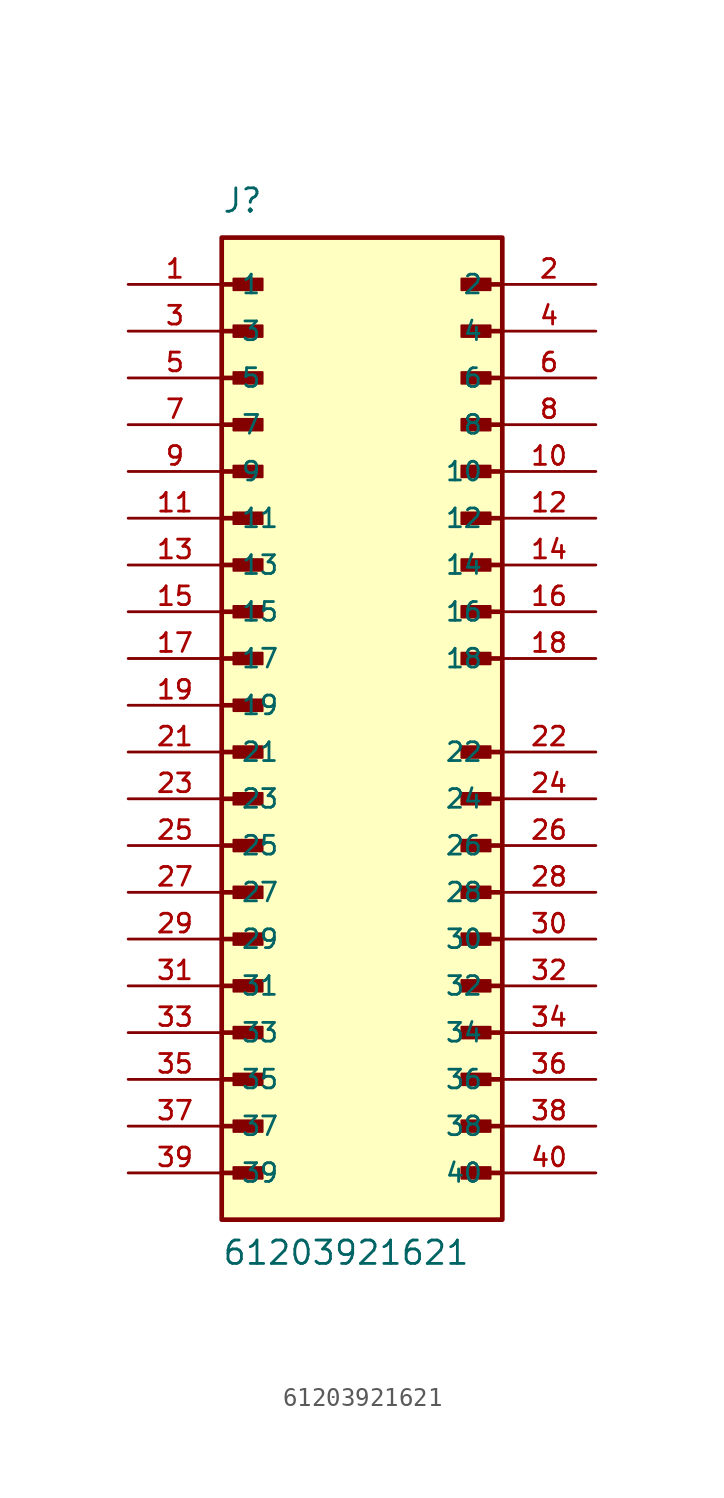
<source format=kicad_sym>
(kicad_symbol_lib
  (version 20211014)
  (generator kicad_symbol_editor)
  (symbol "61203921621"
    (pin_names
      (offset 1.016))
    (property "Reference" "J"
      (at -7.62 26.67 0)
      (effects (font (size 1.27 1.27)) (justify bottom left)))
    (property "Value" "61203921621"
      (at -7.62 -30.48 0)
      (effects (font (size 1.27 1.27)) (justify bottom left)))
    (symbol "61203921621_0_0"
      (polyline (pts (xy -7.62 22.86) (xy -5.715 22.86)) (stroke (width 0.254)))
      (rectangle (start -6.985 22.543) (end -5.397 23.177) (stroke (width 0.1)) (fill (type outline)))
      (polyline (pts (xy -7.62 20.32) (xy -5.715 20.32)) (stroke (width 0.254)))
      (rectangle (start -6.985 20.003) (end -5.397 20.637) (stroke (width 0.1)) (fill (type outline)))
      (polyline (pts (xy -7.62 17.78) (xy -5.715 17.78)) (stroke (width 0.254)))
      (rectangle (start -6.985 17.462) (end -5.397 18.098) (stroke (width 0.1)) (fill (type outline)))
      (polyline (pts (xy -7.62 15.24) (xy -5.715 15.24)) (stroke (width 0.254)))
      (rectangle (start -6.985 14.922) (end -5.397 15.557) (stroke (width 0.1)) (fill (type outline)))
      (polyline (pts (xy -7.62 12.7) (xy -5.715 12.7)) (stroke (width 0.254)))
      (rectangle (start -6.985 12.383) (end -5.397 13.018) (stroke (width 0.1)) (fill (type outline)))
      (polyline (pts (xy -7.62 10.16) (xy -5.715 10.16)) (stroke (width 0.254)))
      (rectangle (start -6.985 9.842) (end -5.397 10.477) (stroke (width 0.1)) (fill (type outline)))
      (polyline (pts (xy -7.62 7.62) (xy -5.715 7.62)) (stroke (width 0.254)))
      (rectangle (start -6.985 7.303) (end -5.397 7.938) (stroke (width 0.1)) (fill (type outline)))
      (polyline (pts (xy -7.62 5.08) (xy -5.715 5.08)) (stroke (width 0.254)))
      (rectangle (start -6.985 4.763) (end -5.397 5.397) (stroke (width 0.1)) (fill (type outline)))
      (polyline (pts (xy -7.62 2.54) (xy -5.715 2.54)) (stroke (width 0.254)))
      (rectangle (start -6.985 2.223) (end -5.397 2.857) (stroke (width 0.1)) (fill (type outline)))
      (polyline (pts (xy -7.62 0.0) (xy -5.715 0.0)) (stroke (width 0.254)))
      (rectangle (start -6.985 -0.318) (end -5.397 0.318) (stroke (width 0.1)) (fill (type outline)))
      (polyline (pts (xy 7.62 2.54) (xy 5.715 2.54)) (stroke (width 0.254)))
      (rectangle (start 5.397 2.223) (end 6.985 2.857) (stroke (width 0.1)) (fill (type outline)))
      (polyline (pts (xy 7.62 5.08) (xy 5.715 5.08)) (stroke (width 0.254)))
      (rectangle (start 5.397 4.763) (end 6.985 5.397) (stroke (width 0.1)) (fill (type outline)))
      (polyline (pts (xy 7.62 7.62) (xy 5.715 7.62)) (stroke (width 0.254)))
      (rectangle (start 5.397 7.303) (end 6.985 7.938) (stroke (width 0.1)) (fill (type outline)))
      (polyline (pts (xy 7.62 10.16) (xy 5.715 10.16)) (stroke (width 0.254)))
      (rectangle (start 5.397 9.842) (end 6.985 10.477) (stroke (width 0.1)) (fill (type outline)))
      (polyline (pts (xy 7.62 12.7) (xy 5.715 12.7)) (stroke (width 0.254)))
      (rectangle (start 5.397 12.383) (end 6.985 13.018) (stroke (width 0.1)) (fill (type outline)))
      (polyline (pts (xy 7.62 15.24) (xy 5.715 15.24)) (stroke (width 0.254)))
      (rectangle (start 5.397 14.922) (end 6.985 15.557) (stroke (width 0.1)) (fill (type outline)))
      (polyline (pts (xy 7.62 17.78) (xy 5.715 17.78)) (stroke (width 0.254)))
      (rectangle (start 5.397 17.462) (end 6.985 18.098) (stroke (width 0.1)) (fill (type outline)))
      (polyline (pts (xy 7.62 20.32) (xy 5.715 20.32)) (stroke (width 0.254)))
      (rectangle (start 5.397 20.003) (end 6.985 20.637) (stroke (width 0.1)) (fill (type outline)))
      (polyline (pts (xy 7.62 22.86) (xy 5.715 22.86)) (stroke (width 0.254)))
      (rectangle (start 5.397 22.543) (end 6.985 23.177) (stroke (width 0.1)) (fill (type outline)))
      (polyline (pts (xy -7.62 -2.54) (xy -5.715 -2.54)) (stroke (width 0.254)))
      (rectangle (start -6.985 -2.857) (end -5.397 -2.223) (stroke (width 0.1)) (fill (type outline)))
      (polyline (pts (xy -7.62 -5.08) (xy -5.715 -5.08)) (stroke (width 0.254)))
      (rectangle (start -6.985 -5.397) (end -5.397 -4.763) (stroke (width 0.1)) (fill (type outline)))
      (polyline (pts (xy -7.62 -7.62) (xy -5.715 -7.62)) (stroke (width 0.254)))
      (rectangle (start -6.985 -7.938) (end -5.397 -7.303) (stroke (width 0.1)) (fill (type outline)))
      (polyline (pts (xy -7.62 -10.16) (xy -5.715 -10.16)) (stroke (width 0.254)))
      (rectangle (start -6.985 -10.477) (end -5.397 -9.842) (stroke (width 0.1)) (fill (type outline)))
      (polyline (pts (xy -7.62 -12.7) (xy -5.715 -12.7)) (stroke (width 0.254)))
      (rectangle (start -6.985 -13.018) (end -5.397 -12.383) (stroke (width 0.1)) (fill (type outline)))
      (polyline (pts (xy -7.62 -15.24) (xy -5.715 -15.24)) (stroke (width 0.254)))
      (rectangle (start -6.985 -15.557) (end -5.397 -14.922) (stroke (width 0.1)) (fill (type outline)))
      (polyline (pts (xy -7.62 -17.78) (xy -5.715 -17.78)) (stroke (width 0.254)))
      (rectangle (start -6.985 -18.098) (end -5.397 -17.462) (stroke (width 0.1)) (fill (type outline)))
      (polyline (pts (xy -7.62 -20.32) (xy -5.715 -20.32)) (stroke (width 0.254)))
      (rectangle (start -6.985 -20.637) (end -5.397 -20.003) (stroke (width 0.1)) (fill (type outline)))
      (polyline (pts (xy -7.62 -22.86) (xy -5.715 -22.86)) (stroke (width 0.254)))
      (rectangle (start -6.985 -23.177) (end -5.397 -22.543) (stroke (width 0.1)) (fill (type outline)))
      (polyline (pts (xy -7.62 -25.4) (xy -5.715 -25.4)) (stroke (width 0.254)))
      (rectangle (start -6.985 -25.718) (end -5.397 -25.082) (stroke (width 0.1)) (fill (type outline)))
      (polyline (pts (xy 7.62 -25.4) (xy 5.715 -25.4)) (stroke (width 0.254)))
      (rectangle (start 5.397 -25.718) (end 6.985 -25.082) (stroke (width 0.1)) (fill (type outline)))
      (polyline (pts (xy 7.62 -22.86) (xy 5.715 -22.86)) (stroke (width 0.254)))
      (rectangle (start 5.397 -23.177) (end 6.985 -22.543) (stroke (width 0.1)) (fill (type outline)))
      (polyline (pts (xy 7.62 -20.32) (xy 5.715 -20.32)) (stroke (width 0.254)))
      (rectangle (start 5.397 -20.637) (end 6.985 -20.003) (stroke (width 0.1)) (fill (type outline)))
      (polyline (pts (xy 7.62 -17.78) (xy 5.715 -17.78)) (stroke (width 0.254)))
      (rectangle (start 5.397 -18.098) (end 6.985 -17.462) (stroke (width 0.1)) (fill (type outline)))
      (polyline (pts (xy 7.62 -15.24) (xy 5.715 -15.24)) (stroke (width 0.254)))
      (rectangle (start 5.397 -15.557) (end 6.985 -14.922) (stroke (width 0.1)) (fill (type outline)))
      (polyline (pts (xy 7.62 -12.7) (xy 5.715 -12.7)) (stroke (width 0.254)))
      (rectangle (start 5.397 -13.018) (end 6.985 -12.383) (stroke (width 0.1)) (fill (type outline)))
      (polyline (pts (xy 7.62 -10.16) (xy 5.715 -10.16)) (stroke (width 0.254)))
      (rectangle (start 5.397 -10.477) (end 6.985 -9.842) (stroke (width 0.1)) (fill (type outline)))
      (polyline (pts (xy 7.62 -7.62) (xy 5.715 -7.62)) (stroke (width 0.254)))
      (rectangle (start 5.397 -7.938) (end 6.985 -7.303) (stroke (width 0.1)) (fill (type outline)))
      (polyline (pts (xy 7.62 -5.08) (xy 5.715 -5.08)) (stroke (width 0.254)))
      (rectangle (start 5.397 -5.397) (end 6.985 -4.763) (stroke (width 0.1)) (fill (type outline)))
      (polyline (pts (xy 7.62 -2.54) (xy 5.715 -2.54)) (stroke (width 0.254)))
      (rectangle (start 5.397 -2.857) (end 6.985 -2.223) (stroke (width 0.1)) (fill (type outline)))
      (rectangle (start -7.62 -27.94) (end 7.62 25.4) (stroke (width 0.254)) (fill (type background)))
      (pin passive line (at -12.7 22.86 0) (length 5.08) (name "1" (effects (font (size 1.016 1.016)))) (number "1" (effects (font (size 1.016 1.016)))))
      (pin passive line (at 12.7 22.86 180.0) (length 5.08) (name "2" (effects (font (size 1.016 1.016)))) (number "2" (effects (font (size 1.016 1.016)))))
      (pin passive line (at -12.7 20.32 0) (length 5.08) (name "3" (effects (font (size 1.016 1.016)))) (number "3" (effects (font (size 1.016 1.016)))))
      (pin passive line (at 12.7 20.32 180.0) (length 5.08) (name "4" (effects (font (size 1.016 1.016)))) (number "4" (effects (font (size 1.016 1.016)))))
      (pin passive line (at -12.7 17.78 0) (length 5.08) (name "5" (effects (font (size 1.016 1.016)))) (number "5" (effects (font (size 1.016 1.016)))))
      (pin passive line (at 12.7 17.78 180.0) (length 5.08) (name "6" (effects (font (size 1.016 1.016)))) (number "6" (effects (font (size 1.016 1.016)))))
      (pin passive line (at -12.7 15.24 0) (length 5.08) (name "7" (effects (font (size 1.016 1.016)))) (number "7" (effects (font (size 1.016 1.016)))))
      (pin passive line (at 12.7 15.24 180.0) (length 5.08) (name "8" (effects (font (size 1.016 1.016)))) (number "8" (effects (font (size 1.016 1.016)))))
      (pin passive line (at -12.7 12.7 0) (length 5.08) (name "9" (effects (font (size 1.016 1.016)))) (number "9" (effects (font (size 1.016 1.016)))))
      (pin passive line (at 12.7 12.7 180.0) (length 5.08) (name "10" (effects (font (size 1.016 1.016)))) (number "10" (effects (font (size 1.016 1.016)))))
      (pin passive line (at -12.7 10.16 0) (length 5.08) (name "11" (effects (font (size 1.016 1.016)))) (number "11" (effects (font (size 1.016 1.016)))))
      (pin passive line (at 12.7 10.16 180.0) (length 5.08) (name "12" (effects (font (size 1.016 1.016)))) (number "12" (effects (font (size 1.016 1.016)))))
      (pin passive line (at -12.7 7.62 0) (length 5.08) (name "13" (effects (font (size 1.016 1.016)))) (number "13" (effects (font (size 1.016 1.016)))))
      (pin passive line (at 12.7 7.62 180.0) (length 5.08) (name "14" (effects (font (size 1.016 1.016)))) (number "14" (effects (font (size 1.016 1.016)))))
      (pin passive line (at -12.7 5.08 0) (length 5.08) (name "15" (effects (font (size 1.016 1.016)))) (number "15" (effects (font (size 1.016 1.016)))))
      (pin passive line (at 12.7 5.08 180.0) (length 5.08) (name "16" (effects (font (size 1.016 1.016)))) (number "16" (effects (font (size 1.016 1.016)))))
      (pin passive line (at -12.7 2.54 0) (length 5.08) (name "17" (effects (font (size 1.016 1.016)))) (number "17" (effects (font (size 1.016 1.016)))))
      (pin passive line (at 12.7 2.54 180.0) (length 5.08) (name "18" (effects (font (size 1.016 1.016)))) (number "18" (effects (font (size 1.016 1.016)))))
      (pin passive line (at -12.7 0.0 0) (length 5.08) (name "19" (effects (font (size 1.016 1.016)))) (number "19" (effects (font (size 1.016 1.016)))))
      (pin passive line (at -12.7 -2.54 0) (length 5.08) (name "21" (effects (font (size 1.016 1.016)))) (number "21" (effects (font (size 1.016 1.016)))))
      (pin passive line (at 12.7 -2.54 180.0) (length 5.08) (name "22" (effects (font (size 1.016 1.016)))) (number "22" (effects (font (size 1.016 1.016)))))
      (pin passive line (at -12.7 -5.08 0) (length 5.08) (name "23" (effects (font (size 1.016 1.016)))) (number "23" (effects (font (size 1.016 1.016)))))
      (pin passive line (at 12.7 -5.08 180.0) (length 5.08) (name "24" (effects (font (size 1.016 1.016)))) (number "24" (effects (font (size 1.016 1.016)))))
      (pin passive line (at -12.7 -7.62 0) (length 5.08) (name "25" (effects (font (size 1.016 1.016)))) (number "25" (effects (font (size 1.016 1.016)))))
      (pin passive line (at 12.7 -7.62 180.0) (length 5.08) (name "26" (effects (font (size 1.016 1.016)))) (number "26" (effects (font (size 1.016 1.016)))))
      (pin passive line (at -12.7 -10.16 0) (length 5.08) (name "27" (effects (font (size 1.016 1.016)))) (number "27" (effects (font (size 1.016 1.016)))))
      (pin passive line (at 12.7 -10.16 180.0) (length 5.08) (name "28" (effects (font (size 1.016 1.016)))) (number "28" (effects (font (size 1.016 1.016)))))
      (pin passive line (at -12.7 -12.7 0) (length 5.08) (name "29" (effects (font (size 1.016 1.016)))) (number "29" (effects (font (size 1.016 1.016)))))
      (pin passive line (at 12.7 -12.7 180.0) (length 5.08) (name "30" (effects (font (size 1.016 1.016)))) (number "30" (effects (font (size 1.016 1.016)))))
      (pin passive line (at -12.7 -15.24 0) (length 5.08) (name "31" (effects (font (size 1.016 1.016)))) (number "31" (effects (font (size 1.016 1.016)))))
      (pin passive line (at 12.7 -15.24 180.0) (length 5.08) (name "32" (effects (font (size 1.016 1.016)))) (number "32" (effects (font (size 1.016 1.016)))))
      (pin passive line (at -12.7 -17.78 0) (length 5.08) (name "33" (effects (font (size 1.016 1.016)))) (number "33" (effects (font (size 1.016 1.016)))))
      (pin passive line (at 12.7 -17.78 180.0) (length 5.08) (name "34" (effects (font (size 1.016 1.016)))) (number "34" (effects (font (size 1.016 1.016)))))
      (pin passive line (at -12.7 -20.32 0) (length 5.08) (name "35" (effects (font (size 1.016 1.016)))) (number "35" (effects (font (size 1.016 1.016)))))
      (pin passive line (at 12.7 -20.32 180.0) (length 5.08) (name "36" (effects (font (size 1.016 1.016)))) (number "36" (effects (font (size 1.016 1.016)))))
      (pin passive line (at -12.7 -22.86 0) (length 5.08) (name "37" (effects (font (size 1.016 1.016)))) (number "37" (effects (font (size 1.016 1.016)))))
      (pin passive line (at 12.7 -22.86 180.0) (length 5.08) (name "38" (effects (font (size 1.016 1.016)))) (number "38" (effects (font (size 1.016 1.016)))))
      (pin passive line (at -12.7 -25.4 0) (length 5.08) (name "39" (effects (font (size 1.016 1.016)))) (number "39" (effects (font (size 1.016 1.016)))))
      (pin passive line (at 12.7 -25.4 180.0) (length 5.08) (name "40" (effects (font (size 1.016 1.016)))) (number "40" (effects (font (size 1.016 1.016))))))))
</source>
